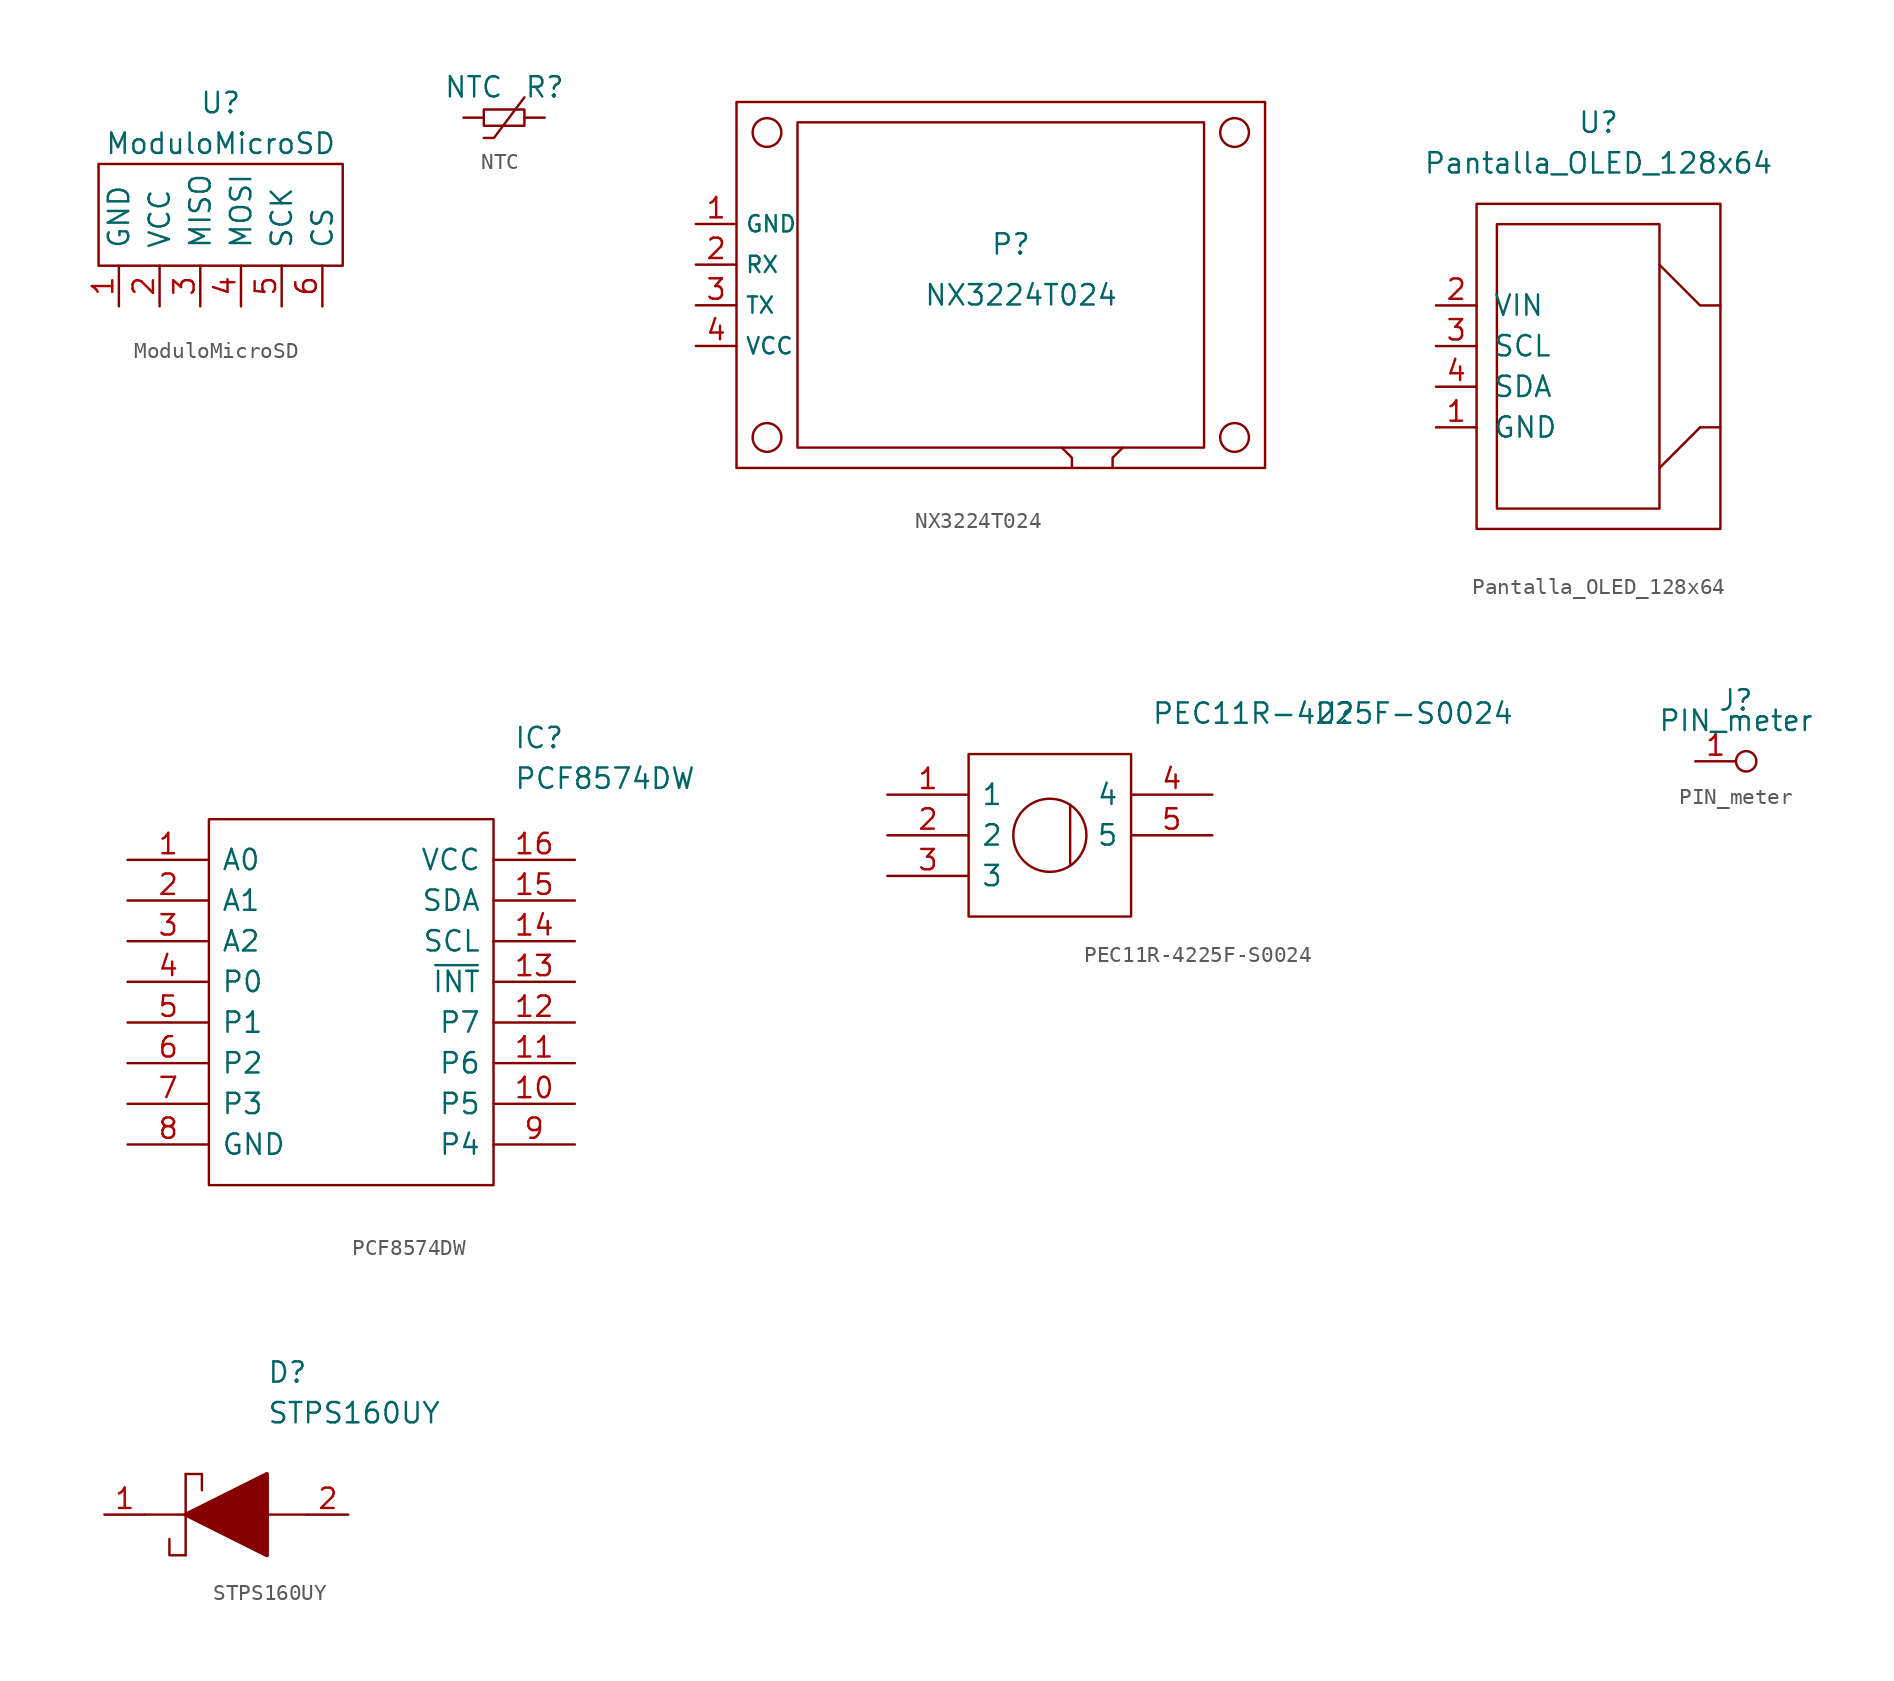
<source format=kicad_sym>
(kicad_symbol_lib
  (version 20211014)
  (generator kicad_symbol_editor)
  (symbol "ModuloMicroSD"
    (pin_names
      (offset 1.016))
    (property "Reference" "U"
      (at 0 7.62 0)
      (effects (font (size 1.27 1.27))))
    (property "Value" "ModuloMicroSD"
      (at 0 5.08 0)
      (effects (font (size 1.27 1.27))))
    (symbol "ModuloMicroSD_0_1"
      (polyline (pts (xy -7.62 -2.54) (xy 7.62 -2.54) (xy 7.62 3.81) (xy -7.62 3.81) (xy -7.62 -2.54)) (stroke (width 0) (type default) (color 0 0 0 0)) (fill (type none))))
    (symbol "ModuloMicroSD_1_1"
      (pin input line (at -6.35 -5.08 90) (length 2.54) (name "GND" (effects (font (size 1.27 1.27)))) (number "1" (effects (font (size 1.27 1.27)))))
      (pin input line (at -3.81 -5.08 90) (length 2.54) (name "VCC" (effects (font (size 1.27 1.27)))) (number "2" (effects (font (size 1.27 1.27)))))
      (pin output line (at -1.27 -5.08 90) (length 2.54) (name "MISO" (effects (font (size 1.27 1.27)))) (number "3" (effects (font (size 1.27 1.27)))))
      (pin input line (at 1.27 -5.08 90) (length 2.54) (name "MOSI" (effects (font (size 1.27 1.27)))) (number "4" (effects (font (size 1.27 1.27)))))
      (pin input line (at 3.81 -5.08 90) (length 2.54) (name "SCK" (effects (font (size 1.27 1.27)))) (number "5" (effects (font (size 1.27 1.27)))))
      (pin input line (at 6.35 -5.08 90) (length 2.54) (name "CS" (effects (font (size 1.27 1.27)))) (number "6" (effects (font (size 1.27 1.27)))))))
  (symbol "NTC"
    (pin_numbers hide)
    (property "Reference" "R"
      (at 2.54 1.905 0)
      (effects (font (size 1.27 1.27))))
    (property "Value" "NTC"
      (at -1.905 1.905 0)
      (effects (font (size 1.27 1.27))))
    (symbol "NTC_0_1"
      (rectangle (start -1.27 0.508) (end 1.27 -0.508) (stroke (width 0) (type default) (color 0 0 0 0)) (fill (type none)))
      (polyline (pts (xy -1.27 -1.27) (xy -0.635 -1.27) (xy 1.27 1.27)) (stroke (width 0.152) (type default) (color 0 0 0 0)) (fill (type none))))
    (symbol "NTC_1_1"
      (pin passive line (at -2.54 0 0) (length 1.27) (name "~" (effects (font (size 1.524 1.524)))) (number "1" (effects (font (size 1.524 1.524)))))
      (pin passive line (at 2.54 0 180) (length 1.27) (name "~" (effects (font (size 1.524 1.524)))) (number "2" (effects (font (size 1.524 1.524)))))))
  (symbol "NX3224T024"
    (property "Reference" "P"
      (at 0.635 2.54 0)
      (effects (font (size 1.27 1.27))))
    (property "Value" "NX3224T024"
      (at 1.27 -0.635 0)
      (effects (font (size 1.27 1.27))))
    (symbol "NX3224T024_0_1"
      (rectangle (start -16.51 11.43) (end 16.51 -11.43) (stroke (width 0.152) (type default) (color 0 0 0 0)) (fill (type none)))
      (circle (center -14.605 -9.525) (radius 0.898) (stroke (width 0.152) (type default) (color 0 0 0 0)) (fill (type none)))
      (circle (center -14.605 9.525) (radius 0.898) (stroke (width 0.152) (type default) (color 0 0 0 0)) (fill (type none)))
      (rectangle (start -12.7 10.16) (end 12.7 -10.16) (stroke (width 0.152) (type default) (color 0 0 0 0)) (fill (type none)))
      (polyline (pts (xy 4.445 -11.43) (xy 4.445 -10.795) (xy 3.81 -10.16)) (stroke (width 0.152) (type default) (color 0 0 0 0)) (fill (type none)))
      (polyline (pts (xy 6.985 -11.43) (xy 6.985 -10.795) (xy 7.62 -10.16)) (stroke (width 0.152) (type default) (color 0 0 0 0)) (fill (type none)))
      (circle (center 14.605 -9.525) (radius 0.898) (stroke (width 0.152) (type default) (color 0 0 0 0)) (fill (type none)))
      (circle (center 14.605 9.525) (radius 0.898) (stroke (width 0.152) (type default) (color 0 0 0 0)) (fill (type none))))
    (symbol "NX3224T024_1_1"
      (pin output line (at -19.05 3.81 0) (length 2.54) (name "GND" (effects (font (size 1.016 1.016)))) (number "1" (effects (font (size 1.27 1.27)))))
      (pin output line (at -19.05 1.27 0) (length 2.54) (name "RX" (effects (font (size 1.016 1.016)))) (number "2" (effects (font (size 1.27 1.27)))))
      (pin output line (at -19.05 -1.27 0) (length 2.54) (name "TX" (effects (font (size 1.016 1.016)))) (number "3" (effects (font (size 1.27 1.27)))))
      (pin output line (at -19.05 -3.81 0) (length 2.54) (name "VCC" (effects (font (size 1.016 1.016)))) (number "4" (effects (font (size 1.27 1.27)))))))
  (symbol "Pantalla_OLED_128x64"
    (pin_names
      (offset 1.016))
    (property "Reference" "U"
      (at 0 15.24 0)
      (effects (font (size 1.27 1.27))))
    (property "Value" "Pantalla_OLED_128x64"
      (at 0 12.7 0)
      (effects (font (size 1.27 1.27))))
    (symbol "Pantalla_OLED_128x64_0_1"
      (rectangle (start -7.62 10.16) (end 7.62 -10.16) (stroke (width 0) (type default) (color 0 0 0 0)) (fill (type none)))
      (rectangle (start -6.35 -8.89) (end 3.81 8.89) (stroke (width 0) (type default) (color 0 0 0 0)) (fill (type none)))
      (polyline (pts (xy 6.35 -3.81) (xy 3.81 -6.35)) (stroke (width 0) (type default) (color 0 0 0 0)) (fill (type none)))
      (polyline (pts (xy 7.62 -3.81) (xy 6.35 -3.81)) (stroke (width 0) (type default) (color 0 0 0 0)) (fill (type none)))
      (polyline (pts (xy 3.81 6.35) (xy 6.35 3.81) (xy 7.62 3.81)) (stroke (width 0) (type default) (color 0 0 0 0)) (fill (type none))))
    (symbol "Pantalla_OLED_128x64_1_1"
      (pin power_in line (at -10.16 -3.81 0) (length 2.54) (name "GND" (effects (font (size 1.27 1.27)))) (number "1" (effects (font (size 1.27 1.27)))))
      (pin power_in line (at -10.16 3.81 0) (length 2.54) (name "VIN" (effects (font (size 1.27 1.27)))) (number "2" (effects (font (size 1.27 1.27)))))
      (pin passive line (at -10.16 1.27 0) (length 2.54) (name "SCL" (effects (font (size 1.27 1.27)))) (number "3" (effects (font (size 1.27 1.27)))))
      (pin passive line (at -10.16 -1.27 0) (length 2.54) (name "SDA" (effects (font (size 1.27 1.27)))) (number "4" (effects (font (size 1.27 1.27)))))))
  (symbol "PCF8574DW"
    (pin_names
      (offset 0.762))
    (property "Reference" "IC"
      (at 10.16 16.51 0)
      (effects (font (size 1.27 1.27)) (justify left)))
    (property "Value" "PCF8574DW"
      (at 10.16 13.97 0)
      (effects (font (size 1.27 1.27)) (justify left)))
    (symbol "PCF8574DW_0_0"
      (pin passive line (at -13.97 8.89 0) (length 5.08) (name "A0" (effects (font (size 1.27 1.27)))) (number "1" (effects (font (size 1.27 1.27)))))
      (pin passive line (at 13.97 -6.35 180) (length 5.08) (name "P5" (effects (font (size 1.27 1.27)))) (number "10" (effects (font (size 1.27 1.27)))))
      (pin passive line (at 13.97 -3.81 180) (length 5.08) (name "P6" (effects (font (size 1.27 1.27)))) (number "11" (effects (font (size 1.27 1.27)))))
      (pin passive line (at 13.97 -1.27 180) (length 5.08) (name "P7" (effects (font (size 1.27 1.27)))) (number "12" (effects (font (size 1.27 1.27)))))
      (pin passive line (at 13.97 1.27 180) (length 5.08) (name "~{INT}" (effects (font (size 1.27 1.27)))) (number "13" (effects (font (size 1.27 1.27)))))
      (pin passive line (at 13.97 3.81 180) (length 5.08) (name "SCL" (effects (font (size 1.27 1.27)))) (number "14" (effects (font (size 1.27 1.27)))))
      (pin passive line (at 13.97 6.35 180) (length 5.08) (name "SDA" (effects (font (size 1.27 1.27)))) (number "15" (effects (font (size 1.27 1.27)))))
      (pin passive line (at 13.97 8.89 180) (length 5.08) (name "VCC" (effects (font (size 1.27 1.27)))) (number "16" (effects (font (size 1.27 1.27)))))
      (pin passive line (at -13.97 6.35 0) (length 5.08) (name "A1" (effects (font (size 1.27 1.27)))) (number "2" (effects (font (size 1.27 1.27)))))
      (pin passive line (at -13.97 3.81 0) (length 5.08) (name "A2" (effects (font (size 1.27 1.27)))) (number "3" (effects (font (size 1.27 1.27)))))
      (pin passive line (at -13.97 1.27 0) (length 5.08) (name "P0" (effects (font (size 1.27 1.27)))) (number "4" (effects (font (size 1.27 1.27)))))
      (pin passive line (at -13.97 -1.27 0) (length 5.08) (name "P1" (effects (font (size 1.27 1.27)))) (number "5" (effects (font (size 1.27 1.27)))))
      (pin passive line (at -13.97 -3.81 0) (length 5.08) (name "P2" (effects (font (size 1.27 1.27)))) (number "6" (effects (font (size 1.27 1.27)))))
      (pin passive line (at -13.97 -6.35 0) (length 5.08) (name "P3" (effects (font (size 1.27 1.27)))) (number "7" (effects (font (size 1.27 1.27)))))
      (pin passive line (at -13.97 -8.89 0) (length 5.08) (name "GND" (effects (font (size 1.27 1.27)))) (number "8" (effects (font (size 1.27 1.27)))))
      (pin passive line (at 13.97 -8.89 180) (length 5.08) (name "P4" (effects (font (size 1.27 1.27)))) (number "9" (effects (font (size 1.27 1.27))))))
    (symbol "PCF8574DW_0_1"
      (polyline (pts (xy -8.89 11.43) (xy 8.89 11.43) (xy 8.89 -11.43) (xy -8.89 -11.43) (xy -8.89 11.43)) (stroke (width 0.152) (type default) (color 0 0 0 0)) (fill (type none)))))
  (symbol "PEC11R-4225F-S0024"
    (pin_names
      (offset 0.762))
    (property "Reference" "U"
      (at 16.51 7.62 0)
      (effects (font (size 1.27 1.27)) (justify left)))
    (property "Value" "PEC11R-4225F-S0024"
      (at 6.35 7.62 0)
      (effects (font (size 1.27 1.27)) (justify left)))
    (symbol "PEC11R-4225F-S0024_0_0"
      (pin passive line (at -10.16 2.54 0) (length 5.08) (name "1" (effects (font (size 1.27 1.27)))) (number "1" (effects (font (size 1.27 1.27)))))
      (pin passive line (at -10.16 0 0) (length 5.08) (name "2" (effects (font (size 1.27 1.27)))) (number "2" (effects (font (size 1.27 1.27)))))
      (pin passive line (at -10.16 -2.54 0) (length 5.08) (name "3" (effects (font (size 1.27 1.27)))) (number "3" (effects (font (size 1.27 1.27)))))
      (pin passive line (at 10.16 2.54 180) (length 5.08) (name "4" (effects (font (size 1.27 1.27)))) (number "4" (effects (font (size 1.27 1.27)))))
      (pin passive line (at 10.16 0 180) (length 5.08) (name "5" (effects (font (size 1.27 1.27)))) (number "5" (effects (font (size 1.27 1.27))))))
    (symbol "PEC11R-4225F-S0024_0_1"
      (polyline (pts (xy 1.27 -1.905) (xy 1.27 1.905)) (stroke (width 0) (type default) (color 0 0 0 0)) (fill (type none)))
      (polyline (pts (xy -5.08 5.08) (xy 5.08 5.08) (xy 5.08 -5.08) (xy -5.08 -5.08) (xy -5.08 5.08)) (stroke (width 0.152) (type default) (color 0 0 0 0)) (fill (type none)))
      (circle (center 0 0) (radius 2.286) (stroke (width 0) (type default) (color 0 0 0 0)) (fill (type none)))))
  (symbol "PIN_meter"
    (pin_names hide)
    (property "Reference" "J"
      (at 0 3.81 0)
      (effects (font (size 1.27 1.27))))
    (property "Value" "PIN_meter"
      (at 0 2.54 0)
      (effects (font (size 1.27 1.27))))
    (symbol "PIN_meter_0_1"
      (circle (center 0.635 0) (radius 0.635) (stroke (width 0.152) (type default) (color 0 0 0 0)) (fill (type none))))
    (symbol "PIN_meter_1_1"
      (pin input line (at -2.54 0 0) (length 2.54) (name "1" (effects (font (size 1.27 1.27)))) (number "1" (effects (font (size 1.27 1.27)))))))
  (symbol "STPS160UY"
    (pin_names
      (offset 0.762))
    (property "Reference" "D"
      (at 2.54 8.89 0)
      (effects (font (size 1.27 1.27)) (justify left)))
    (property "Value" "STPS160UY"
      (at 2.54 6.35 0)
      (effects (font (size 1.27 1.27)) (justify left)))
    (symbol "STPS160UY_0_0"
      (pin passive line (at -7.62 0 0) (length 2.54) (name "~" (effects (font (size 1.27 1.27)))) (number "1" (effects (font (size 1.27 1.27)))))
      (pin passive line (at 7.62 0 180) (length 2.54) (name "~" (effects (font (size 1.27 1.27)))) (number "2" (effects (font (size 1.27 1.27))))))
    (symbol "STPS160UY_0_1"
      (polyline (pts (xy -5.08 0) (xy -2.54 0)) (stroke (width 0.152) (type default) (color 0 0 0 0)) (fill (type none)))
      (polyline (pts (xy -2.54 2.54) (xy -2.54 -2.54)) (stroke (width 0.152) (type default) (color 0 0 0 0)) (fill (type none)))
      (polyline (pts (xy 2.54 0) (xy 5.08 0)) (stroke (width 0.152) (type default) (color 0 0 0 0)) (fill (type none)))
      (polyline (pts (xy -2.54 -2.54) (xy -3.556 -2.54) (xy -3.556 -1.524)) (stroke (width 0.152) (type default) (color 0 0 0 0)) (fill (type none)))
      (polyline (pts (xy -2.54 2.54) (xy -1.524 2.54) (xy -1.524 1.524)) (stroke (width 0.152) (type default) (color 0 0 0 0)) (fill (type none)))
      (polyline (pts (xy -2.54 0) (xy 2.54 2.54) (xy 2.54 -2.54) (xy -2.54 0)) (stroke (width 0.254) (type default) (color 0 0 0 0)) (fill (type outline))))))
</source>
